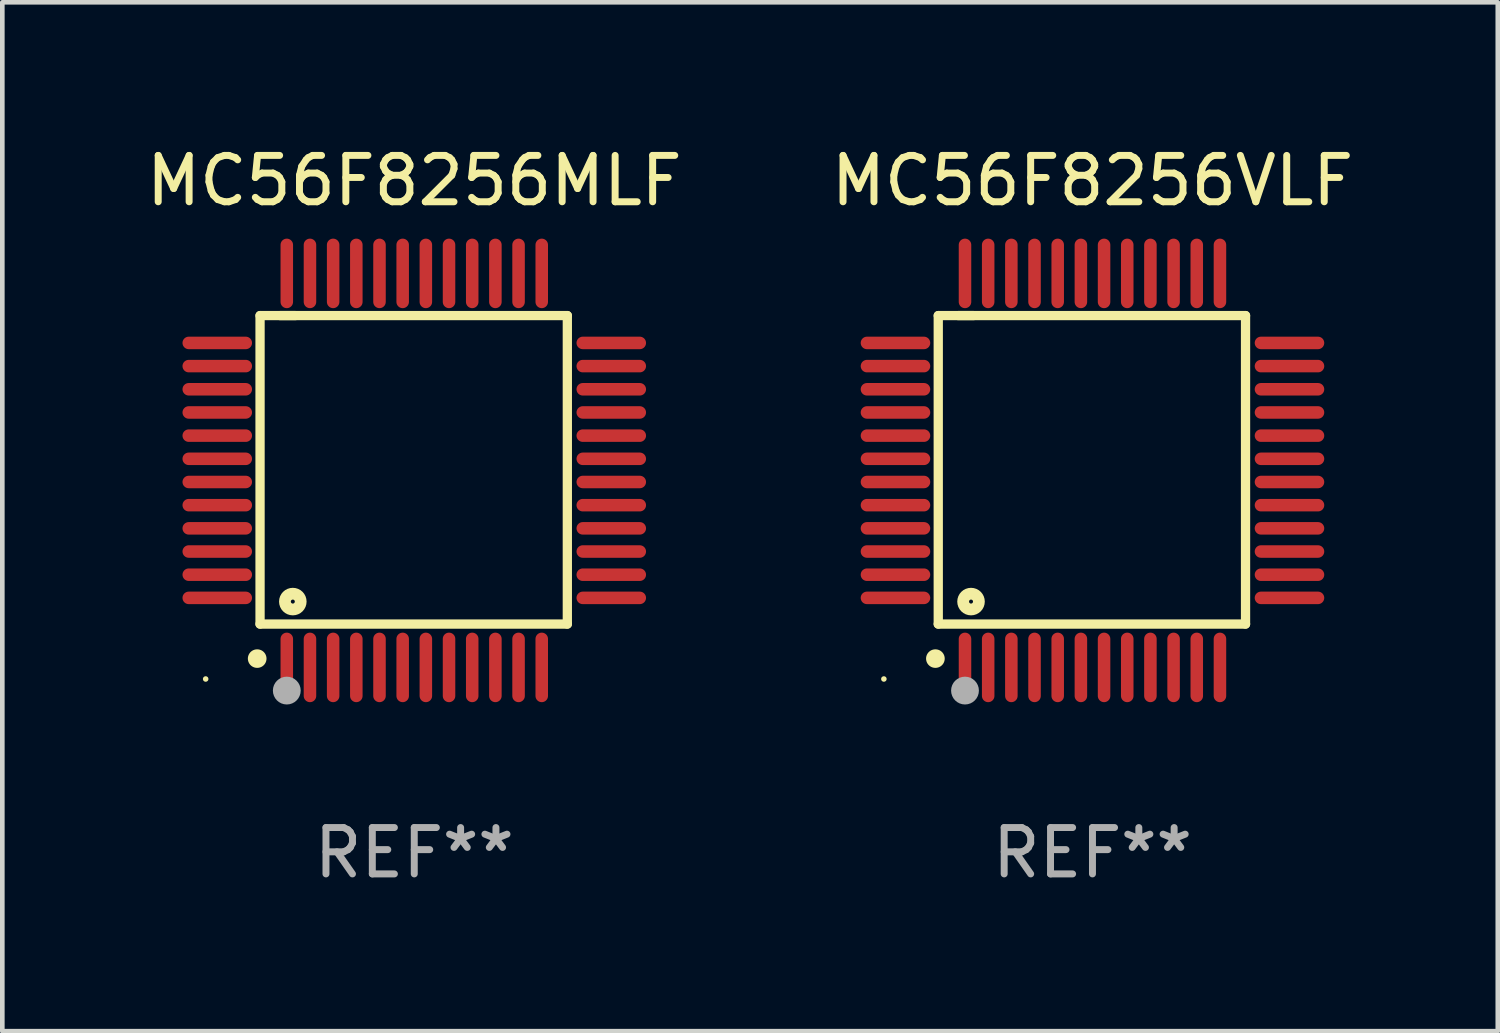
<source format=kicad_pcb>
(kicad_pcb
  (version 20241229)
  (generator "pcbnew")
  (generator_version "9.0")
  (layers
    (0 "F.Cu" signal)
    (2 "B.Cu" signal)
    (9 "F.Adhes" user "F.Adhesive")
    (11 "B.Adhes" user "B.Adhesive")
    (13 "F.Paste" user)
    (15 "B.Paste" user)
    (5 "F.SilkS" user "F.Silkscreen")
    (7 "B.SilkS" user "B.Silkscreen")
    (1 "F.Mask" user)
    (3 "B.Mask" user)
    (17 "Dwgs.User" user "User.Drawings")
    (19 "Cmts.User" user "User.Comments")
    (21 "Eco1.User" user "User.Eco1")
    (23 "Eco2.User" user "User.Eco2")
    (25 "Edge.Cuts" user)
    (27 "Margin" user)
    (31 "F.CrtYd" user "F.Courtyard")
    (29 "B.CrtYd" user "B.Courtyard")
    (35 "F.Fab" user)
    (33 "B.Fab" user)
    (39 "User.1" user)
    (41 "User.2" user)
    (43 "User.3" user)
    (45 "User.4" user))
  (footprint "MC56F8256MLF"
    (layer "F.Cu")
    (at 5.887 7.098)
    (property "Reference" "MC56F8256MLF" (at 0 -6.25 0) (layer "F.SilkS") (effects (font (size 1 1) (thickness 0.15))))
    (attr through_hole)
    (fp_line (start -3.327 -3.34) (end -2.565 -3.34) (stroke (width 0.2) (type solid)) (layer "F.SilkS"))
    (fp_line (start -3.327 3.315) (end -3.327 -3.34) (stroke (width 0.2) (type solid)) (layer "F.SilkS"))
    (fp_line (start -2.896 -3.34) (end 3.302 -3.34) (stroke (width 0.2) (type solid)) (layer "F.SilkS"))
    (fp_line (start 3.302 -3.34) (end 3.302 3.315) (stroke (width 0.2) (type solid)) (layer "F.SilkS"))
    (fp_line (start 3.302 3.315) (end -3.327 3.315) (stroke (width 0.2) (type solid)) (layer "F.SilkS"))
    (fp_arc (start -3.389992 4.059995) (mid -3.388722 4.059991) (end -3.387452 4.059995) (stroke (width 0.4) (type solid)) (layer "F.SilkS"))
    (fp_circle (center -4.5 4.5) (end -4.47 4.5) (stroke (width 0.06) (type solid)) (fill no) (layer "F.SilkS"))
    (fp_circle (center -2.62 2.83) (end -2.45 2.83) (stroke (width 0.254) (type solid)) (fill no) (layer "F.SilkS"))
    (fp_circle (center -2.75 4.75) (end -2.6 4.75) (stroke (width 0.3) (type solid)) (fill no) (layer "F.Fab"))
    (fp_text user "REF**" (at 0 8.25 0) (layer "F.Fab") (effects (font (size 1 1) (thickness 0.15))))
    (pad "1" smd oval (at -2.75 4.25) (size 0.27 1.5) (layers "F.Cu" "F.Mask" "F.Paste"))
    (pad "2" smd oval (at -2.25 4.25) (size 0.27 1.5) (layers "F.Cu" "F.Mask" "F.Paste"))
    (pad "3" smd oval (at -1.75 4.25) (size 0.27 1.5) (layers "F.Cu" "F.Mask" "F.Paste"))
    (pad "4" smd oval (at -1.25 4.25) (size 0.27 1.5) (layers "F.Cu" "F.Mask" "F.Paste"))
    (pad "5" smd oval (at -0.75 4.25) (size 0.27 1.5) (layers "F.Cu" "F.Mask" "F.Paste"))
    (pad "6" smd oval (at -0.25 4.25) (size 0.27 1.5) (layers "F.Cu" "F.Mask" "F.Paste"))
    (pad "7" smd oval (at 0.25 4.25) (size 0.27 1.5) (layers "F.Cu" "F.Mask" "F.Paste"))
    (pad "8" smd oval (at 0.75 4.25) (size 0.27 1.5) (layers "F.Cu" "F.Mask" "F.Paste"))
    (pad "9" smd oval (at 1.25 4.25) (size 0.27 1.5) (layers "F.Cu" "F.Mask" "F.Paste"))
    (pad "10" smd oval (at 1.75 4.25) (size 0.27 1.5) (layers "F.Cu" "F.Mask" "F.Paste"))
    (pad "11" smd oval (at 2.25 4.25) (size 0.27 1.5) (layers "F.Cu" "F.Mask" "F.Paste"))
    (pad "12" smd oval (at 2.75 4.25) (size 0.27 1.5) (layers "F.Cu" "F.Mask" "F.Paste"))
    (pad "13" smd oval (at 4.25 2.75) (size 1.5 0.27) (layers "F.Cu" "F.Mask" "F.Paste"))
    (pad "14" smd oval (at 4.25 2.25) (size 1.5 0.27) (layers "F.Cu" "F.Mask" "F.Paste"))
    (pad "15" smd oval (at 4.25 1.75) (size 1.5 0.27) (layers "F.Cu" "F.Mask" "F.Paste"))
    (pad "16" smd oval (at 4.25 1.25) (size 1.5 0.27) (layers "F.Cu" "F.Mask" "F.Paste"))
    (pad "17" smd oval (at 4.25 0.75) (size 1.5 0.27) (layers "F.Cu" "F.Mask" "F.Paste"))
    (pad "18" smd oval (at 4.25 0.25) (size 1.5 0.27) (layers "F.Cu" "F.Mask" "F.Paste"))
    (pad "19" smd oval (at 4.25 -0.25) (size 1.5 0.27) (layers "F.Cu" "F.Mask" "F.Paste"))
    (pad "20" smd oval (at 4.25 -0.75) (size 1.5 0.27) (layers "F.Cu" "F.Mask" "F.Paste"))
    (pad "21" smd oval (at 4.25 -1.25) (size 1.5 0.27) (layers "F.Cu" "F.Mask" "F.Paste"))
    (pad "22" smd oval (at 4.25 -1.75) (size 1.5 0.27) (layers "F.Cu" "F.Mask" "F.Paste"))
    (pad "23" smd oval (at 4.25 -2.25) (size 1.5 0.27) (layers "F.Cu" "F.Mask" "F.Paste"))
    (pad "24" smd oval (at 4.25 -2.75) (size 1.5 0.27) (layers "F.Cu" "F.Mask" "F.Paste"))
    (pad "25" smd oval (at 2.75 -4.25) (size 0.27 1.5) (layers "F.Cu" "F.Mask" "F.Paste"))
    (pad "26" smd oval (at 2.25 -4.25) (size 0.27 1.5) (layers "F.Cu" "F.Mask" "F.Paste"))
    (pad "27" smd oval (at 1.75 -4.25) (size 0.27 1.5) (layers "F.Cu" "F.Mask" "F.Paste"))
    (pad "28" smd oval (at 1.25 -4.25) (size 0.27 1.5) (layers "F.Cu" "F.Mask" "F.Paste"))
    (pad "29" smd oval (at 0.75 -4.25) (size 0.27 1.5) (layers "F.Cu" "F.Mask" "F.Paste"))
    (pad "30" smd oval (at 0.25 -4.25) (size 0.27 1.5) (layers "F.Cu" "F.Mask" "F.Paste"))
    (pad "31" smd oval (at -0.25 -4.25) (size 0.27 1.5) (layers "F.Cu" "F.Mask" "F.Paste"))
    (pad "32" smd oval (at -0.75 -4.25) (size 0.27 1.5) (layers "F.Cu" "F.Mask" "F.Paste"))
    (pad "33" smd oval (at -1.25 -4.25) (size 0.27 1.5) (layers "F.Cu" "F.Mask" "F.Paste"))
    (pad "34" smd oval (at -1.75 -4.25) (size 0.27 1.5) (layers "F.Cu" "F.Mask" "F.Paste"))
    (pad "35" smd oval (at -2.25 -4.25) (size 0.27 1.5) (layers "F.Cu" "F.Mask" "F.Paste"))
    (pad "36" smd oval (at -2.75 -4.25) (size 0.27 1.5) (layers "F.Cu" "F.Mask" "F.Paste"))
    (pad "37" smd oval (at -4.25 -2.75) (size 1.5 0.27) (layers "F.Cu" "F.Mask" "F.Paste"))
    (pad "38" smd oval (at -4.25 -2.25) (size 1.5 0.27) (layers "F.Cu" "F.Mask" "F.Paste"))
    (pad "39" smd oval (at -4.25 -1.75) (size 1.5 0.27) (layers "F.Cu" "F.Mask" "F.Paste"))
    (pad "40" smd oval (at -4.25 -1.25) (size 1.5 0.27) (layers "F.Cu" "F.Mask" "F.Paste"))
    (pad "41" smd oval (at -4.25 -0.75) (size 1.5 0.27) (layers "F.Cu" "F.Mask" "F.Paste"))
    (pad "42" smd oval (at -4.25 -0.25) (size 1.5 0.27) (layers "F.Cu" "F.Mask" "F.Paste"))
    (pad "43" smd oval (at -4.25 0.25) (size 1.5 0.27) (layers "F.Cu" "F.Mask" "F.Paste"))
    (pad "44" smd oval (at -4.25 0.75) (size 1.5 0.27) (layers "F.Cu" "F.Mask" "F.Paste"))
    (pad "45" smd oval (at -4.25 1.25) (size 1.5 0.27) (layers "F.Cu" "F.Mask" "F.Paste"))
    (pad "46" smd oval (at -4.25 1.75) (size 1.5 0.27) (layers "F.Cu" "F.Mask" "F.Paste"))
    (pad "47" smd oval (at -4.25 2.25) (size 1.5 0.27) (layers "F.Cu" "F.Mask" "F.Paste"))
    (pad "48" smd oval (at -4.25 2.75) (size 1.5 0.27) (layers "F.Cu" "F.Mask" "F.Paste")))
  (footprint "MC56F8256VLF"
    (layer "F.Cu")
    (at 20.518 7.098)
    (property "Reference" "MC56F8256VLF" (at 0 -6.25 0) (layer "F.SilkS") (effects (font (size 1 1) (thickness 0.15))))
    (attr through_hole)
    (fp_line (start -3.327 -3.34) (end -2.565 -3.34) (stroke (width 0.2) (type solid)) (layer "F.SilkS"))
    (fp_line (start -3.327 3.315) (end -3.327 -3.34) (stroke (width 0.2) (type solid)) (layer "F.SilkS"))
    (fp_line (start -2.896 -3.34) (end 3.302 -3.34) (stroke (width 0.2) (type solid)) (layer "F.SilkS"))
    (fp_line (start 3.302 -3.34) (end 3.302 3.315) (stroke (width 0.2) (type solid)) (layer "F.SilkS"))
    (fp_line (start 3.302 3.315) (end -3.327 3.315) (stroke (width 0.2) (type solid)) (layer "F.SilkS"))
    (fp_arc (start -3.389992 4.059995) (mid -3.388722 4.059991) (end -3.387452 4.059995) (stroke (width 0.4) (type solid)) (layer "F.SilkS"))
    (fp_circle (center -4.5 4.5) (end -4.47 4.5) (stroke (width 0.06) (type solid)) (fill no) (layer "F.SilkS"))
    (fp_circle (center -2.62 2.83) (end -2.45 2.83) (stroke (width 0.254) (type solid)) (fill no) (layer "F.SilkS"))
    (fp_circle (center -2.75 4.75) (end -2.6 4.75) (stroke (width 0.3) (type solid)) (fill no) (layer "F.Fab"))
    (fp_text user "REF**" (at 0 8.25 0) (layer "F.Fab") (effects (font (size 1 1) (thickness 0.15))))
    (pad "1" smd oval (at -2.75 4.25) (size 0.27 1.5) (layers "F.Cu" "F.Mask" "F.Paste"))
    (pad "2" smd oval (at -2.25 4.25) (size 0.27 1.5) (layers "F.Cu" "F.Mask" "F.Paste"))
    (pad "3" smd oval (at -1.75 4.25) (size 0.27 1.5) (layers "F.Cu" "F.Mask" "F.Paste"))
    (pad "4" smd oval (at -1.25 4.25) (size 0.27 1.5) (layers "F.Cu" "F.Mask" "F.Paste"))
    (pad "5" smd oval (at -0.75 4.25) (size 0.27 1.5) (layers "F.Cu" "F.Mask" "F.Paste"))
    (pad "6" smd oval (at -0.25 4.25) (size 0.27 1.5) (layers "F.Cu" "F.Mask" "F.Paste"))
    (pad "7" smd oval (at 0.25 4.25) (size 0.27 1.5) (layers "F.Cu" "F.Mask" "F.Paste"))
    (pad "8" smd oval (at 0.75 4.25) (size 0.27 1.5) (layers "F.Cu" "F.Mask" "F.Paste"))
    (pad "9" smd oval (at 1.25 4.25) (size 0.27 1.5) (layers "F.Cu" "F.Mask" "F.Paste"))
    (pad "10" smd oval (at 1.75 4.25) (size 0.27 1.5) (layers "F.Cu" "F.Mask" "F.Paste"))
    (pad "11" smd oval (at 2.25 4.25) (size 0.27 1.5) (layers "F.Cu" "F.Mask" "F.Paste"))
    (pad "12" smd oval (at 2.75 4.25) (size 0.27 1.5) (layers "F.Cu" "F.Mask" "F.Paste"))
    (pad "13" smd oval (at 4.25 2.75) (size 1.5 0.27) (layers "F.Cu" "F.Mask" "F.Paste"))
    (pad "14" smd oval (at 4.25 2.25) (size 1.5 0.27) (layers "F.Cu" "F.Mask" "F.Paste"))
    (pad "15" smd oval (at 4.25 1.75) (size 1.5 0.27) (layers "F.Cu" "F.Mask" "F.Paste"))
    (pad "16" smd oval (at 4.25 1.25) (size 1.5 0.27) (layers "F.Cu" "F.Mask" "F.Paste"))
    (pad "17" smd oval (at 4.25 0.75) (size 1.5 0.27) (layers "F.Cu" "F.Mask" "F.Paste"))
    (pad "18" smd oval (at 4.25 0.25) (size 1.5 0.27) (layers "F.Cu" "F.Mask" "F.Paste"))
    (pad "19" smd oval (at 4.25 -0.25) (size 1.5 0.27) (layers "F.Cu" "F.Mask" "F.Paste"))
    (pad "20" smd oval (at 4.25 -0.75) (size 1.5 0.27) (layers "F.Cu" "F.Mask" "F.Paste"))
    (pad "21" smd oval (at 4.25 -1.25) (size 1.5 0.27) (layers "F.Cu" "F.Mask" "F.Paste"))
    (pad "22" smd oval (at 4.25 -1.75) (size 1.5 0.27) (layers "F.Cu" "F.Mask" "F.Paste"))
    (pad "23" smd oval (at 4.25 -2.25) (size 1.5 0.27) (layers "F.Cu" "F.Mask" "F.Paste"))
    (pad "24" smd oval (at 4.25 -2.75) (size 1.5 0.27) (layers "F.Cu" "F.Mask" "F.Paste"))
    (pad "25" smd oval (at 2.75 -4.25) (size 0.27 1.5) (layers "F.Cu" "F.Mask" "F.Paste"))
    (pad "26" smd oval (at 2.25 -4.25) (size 0.27 1.5) (layers "F.Cu" "F.Mask" "F.Paste"))
    (pad "27" smd oval (at 1.75 -4.25) (size 0.27 1.5) (layers "F.Cu" "F.Mask" "F.Paste"))
    (pad "28" smd oval (at 1.25 -4.25) (size 0.27 1.5) (layers "F.Cu" "F.Mask" "F.Paste"))
    (pad "29" smd oval (at 0.75 -4.25) (size 0.27 1.5) (layers "F.Cu" "F.Mask" "F.Paste"))
    (pad "30" smd oval (at 0.25 -4.25) (size 0.27 1.5) (layers "F.Cu" "F.Mask" "F.Paste"))
    (pad "31" smd oval (at -0.25 -4.25) (size 0.27 1.5) (layers "F.Cu" "F.Mask" "F.Paste"))
    (pad "32" smd oval (at -0.75 -4.25) (size 0.27 1.5) (layers "F.Cu" "F.Mask" "F.Paste"))
    (pad "33" smd oval (at -1.25 -4.25) (size 0.27 1.5) (layers "F.Cu" "F.Mask" "F.Paste"))
    (pad "34" smd oval (at -1.75 -4.25) (size 0.27 1.5) (layers "F.Cu" "F.Mask" "F.Paste"))
    (pad "35" smd oval (at -2.25 -4.25) (size 0.27 1.5) (layers "F.Cu" "F.Mask" "F.Paste"))
    (pad "36" smd oval (at -2.75 -4.25) (size 0.27 1.5) (layers "F.Cu" "F.Mask" "F.Paste"))
    (pad "37" smd oval (at -4.25 -2.75) (size 1.5 0.27) (layers "F.Cu" "F.Mask" "F.Paste"))
    (pad "38" smd oval (at -4.25 -2.25) (size 1.5 0.27) (layers "F.Cu" "F.Mask" "F.Paste"))
    (pad "39" smd oval (at -4.25 -1.75) (size 1.5 0.27) (layers "F.Cu" "F.Mask" "F.Paste"))
    (pad "40" smd oval (at -4.25 -1.25) (size 1.5 0.27) (layers "F.Cu" "F.Mask" "F.Paste"))
    (pad "41" smd oval (at -4.25 -0.75) (size 1.5 0.27) (layers "F.Cu" "F.Mask" "F.Paste"))
    (pad "42" smd oval (at -4.25 -0.25) (size 1.5 0.27) (layers "F.Cu" "F.Mask" "F.Paste"))
    (pad "43" smd oval (at -4.25 0.25) (size 1.5 0.27) (layers "F.Cu" "F.Mask" "F.Paste"))
    (pad "44" smd oval (at -4.25 0.75) (size 1.5 0.27) (layers "F.Cu" "F.Mask" "F.Paste"))
    (pad "45" smd oval (at -4.25 1.25) (size 1.5 0.27) (layers "F.Cu" "F.Mask" "F.Paste"))
    (pad "46" smd oval (at -4.25 1.75) (size 1.5 0.27) (layers "F.Cu" "F.Mask" "F.Paste"))
    (pad "47" smd oval (at -4.25 2.25) (size 1.5 0.27) (layers "F.Cu" "F.Mask" "F.Paste"))
    (pad "48" smd oval (at -4.25 2.75) (size 1.5 0.27) (layers "F.Cu" "F.Mask" "F.Paste")))
  (gr_rect
    (start -3 -3)
    (end 29.262 19.196)
    (stroke (width 0.1) (type default))
    (fill no)
    (layer "Edge.Cuts")))
</source>
